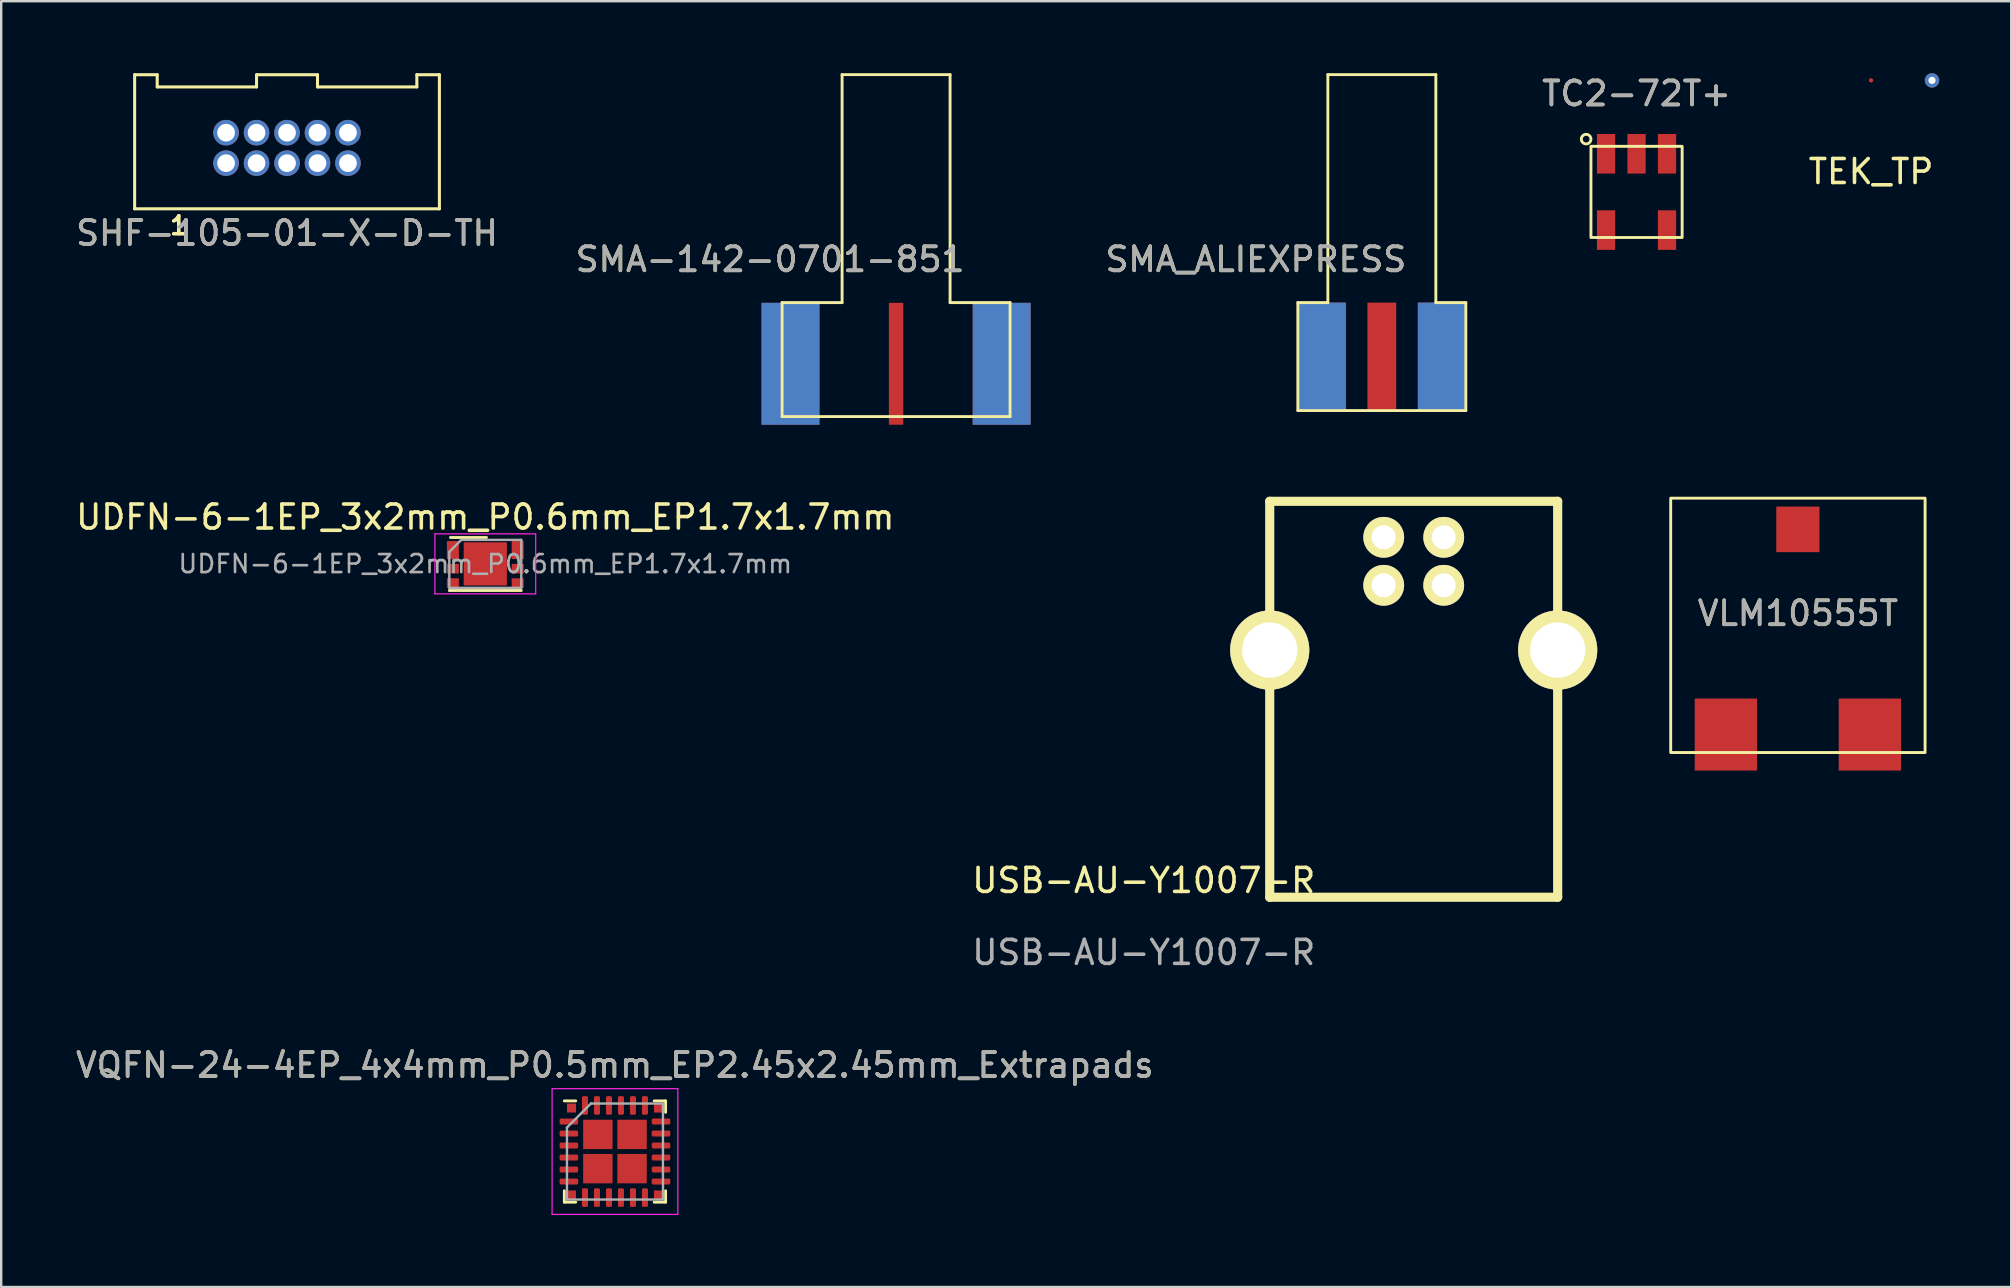
<source format=kicad_pcb>
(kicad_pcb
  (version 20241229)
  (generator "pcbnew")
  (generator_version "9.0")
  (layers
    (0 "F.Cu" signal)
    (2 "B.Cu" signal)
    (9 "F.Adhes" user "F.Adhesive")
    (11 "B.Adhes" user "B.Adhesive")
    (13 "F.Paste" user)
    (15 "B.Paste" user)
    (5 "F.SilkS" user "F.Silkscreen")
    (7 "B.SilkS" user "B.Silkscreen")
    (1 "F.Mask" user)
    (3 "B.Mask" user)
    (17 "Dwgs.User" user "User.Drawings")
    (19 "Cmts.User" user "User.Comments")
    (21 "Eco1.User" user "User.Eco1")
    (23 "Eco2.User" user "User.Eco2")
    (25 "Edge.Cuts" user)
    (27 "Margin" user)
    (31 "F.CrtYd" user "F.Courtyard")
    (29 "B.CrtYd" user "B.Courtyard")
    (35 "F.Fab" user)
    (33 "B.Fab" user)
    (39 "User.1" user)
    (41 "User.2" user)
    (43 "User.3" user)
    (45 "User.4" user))
  (footprint "TEK_TP"
    (layer "F.Cu")
    (at 74.922 0.3)
    (property "Reference" "TEK_TP" (at 0 3.8 0) (unlocked yes) (layer "F.SilkS") (effects (font (size 1 1) (thickness 0.15))))
    (attr through_hole)
    (pad "1" smd circle (at 0 0) (size 0.18 0.18) (layers "F.Cu" "F.Mask" "F.Paste"))
    (pad "2" thru_hole circle (at 2.54 0) (size 0.6 0.6) (drill 0.3) (layers "*.Cu" "*.Mask")))
  (footprint "VLM10555T"
    (layer "F.Cu")
    (at 71.873 23.01)
    (property "Reference" "VLM10555T" (at 0 -0.5 0) (unlocked yes) (layer "F.SilkS") (effects (font (size 1 1) (thickness 0.15))))
    (attr smd)
    (fp_rect (start -5.3 -5.3) (end 5.3 5.3) (stroke (width 0.12) (type solid)) (fill no) (layer "F.SilkS"))
    (fp_text user "${REFERENCE}" (at 0 -0.5 0) (unlocked yes) (layer "F.Fab") (effects (font (size 1 1) (thickness 0.15))))
    (pad "1" smd rect (at -3 4.55) (size 2.6 3) (layers "F.Cu" "F.Mask" "F.Paste"))
    (pad "2" smd rect (at 3 4.55) (size 2.6 3) (layers "F.Cu" "F.Mask" "F.Paste"))
    (pad "3" smd rect (at 0 -4) (size 1.8 1.9) (layers "F.Cu" "F.Mask" "F.Paste")))
  (footprint "USB-AU-Y1007-R"
    (layer "F.Cu")
    (at 55.863 24.041)
    (property "Reference" "USB-AU-Y1007-R" (at -11.25 9.6 0) (unlocked yes) (layer "F.SilkS") (effects (font (size 1 1) (thickness 0.15))))
    (attr through_hole)
    (fp_line (start -6 -6.2) (end 5.999 -6.2) (stroke (width 0.381) (type solid)) (layer "F.SilkS"))
    (fp_line (start -6 0) (end -6 -6.2) (stroke (width 0.381) (type solid)) (layer "F.SilkS"))
    (fp_line (start -6 10.3) (end -6 0) (stroke (width 0.381) (type solid)) (layer "F.SilkS"))
    (fp_line (start 5.999 -6.2) (end 5.999 0) (stroke (width 0.381) (type solid)) (layer "F.SilkS"))
    (fp_line (start 5.999 0) (end 5.999 10.3) (stroke (width 0.381) (type solid)) (layer "F.SilkS"))
    (fp_line (start 5.999 10.3) (end -6 10.3) (stroke (width 0.381) (type solid)) (layer "F.SilkS"))
    (fp_text user "${REFERENCE}" (at -11.25 12.6 0) (unlocked yes) (layer "F.Fab") (effects (font (size 1 1) (thickness 0.15))))
    (pad "1" thru_hole circle (at 1.25 -4.7) (size 1.7 1.7) (drill 1) (layers "*.Cu" "*.Mask" "F.SilkS"))
    (pad "2" thru_hole circle (at -1.25 -4.7) (size 1.7 1.7) (drill 1) (layers "*.Cu" "*.Mask" "F.SilkS"))
    (pad "3" thru_hole circle (at -1.25 -2.7) (size 1.7 1.7) (drill 1) (layers "*.Cu" "*.Mask" "F.SilkS"))
    (pad "4" thru_hole circle (at 1.25 -2.7) (size 1.7 1.7) (drill 1) (layers "*.Cu" "*.Mask" "F.SilkS"))
    (pad "5" thru_hole circle (at -6 0) (size 3.3 3.3) (drill 2.3) (layers "*.Cu" "*.Mask" "F.SilkS"))
    (pad "5" thru_hole circle (at 6 0) (size 3.3 3.3) (drill 2.3) (layers "*.Cu" "*.Mask" "F.SilkS")))
  (footprint "UDFN-6-1EP_3x2mm_P0.6mm_EP1.7x1.7mm"
    (layer "F.Cu")
    (at 17.173 20.448)
    (property "Reference" "UDFN-6-1EP_3x2mm_P0.6mm_EP1.7x1.7mm" (at 0 -1.95 0) (layer "F.SilkS") (effects (font (size 1 1) (thickness 0.15))))
    (attr smd)
    (fp_line (start -1.5 1.11) (end 1.5 1.11) (stroke (width 0.12) (type solid)) (layer "F.SilkS"))
    (fp_line (start -1.45 -1.1) (end 0.05 -1.1) (stroke (width 0.12) (type solid)) (layer "F.SilkS"))
    (fp_line (start -2.1 -1.25) (end -2.1 1.25) (stroke (width 0.05) (type solid)) (layer "F.CrtYd"))
    (fp_line (start -2.1 1.25) (end 2.1 1.25) (stroke (width 0.05) (type solid)) (layer "F.CrtYd"))
    (fp_line (start 2.1 -1.25) (end -2.1 -1.25) (stroke (width 0.05) (type solid)) (layer "F.CrtYd"))
    (fp_line (start 2.1 1.25) (end 2.1 -1.25) (stroke (width 0.05) (type solid)) (layer "F.CrtYd"))
    (fp_line (start -1.5 -0.5) (end -1 -1) (stroke (width 0.1) (type solid)) (layer "F.Fab"))
    (fp_line (start -1.5 1) (end -1.5 -0.5) (stroke (width 0.1) (type solid)) (layer "F.Fab"))
    (fp_line (start -1 -1) (end 1.5 -1) (stroke (width 0.1) (type solid)) (layer "F.Fab"))
    (fp_line (start 1.5 -1) (end 1.5 1) (stroke (width 0.1) (type solid)) (layer "F.Fab"))
    (fp_line (start 1.5 1) (end -1.5 1) (stroke (width 0.1) (type solid)) (layer "F.Fab"))
    (fp_text user "${REFERENCE}" (at 0 0 0) (layer "F.Fab") (effects (font (size 0.75 0.75) (thickness 0.11))))
    (pad "" smd roundrect (at -0.425 -0.35) (size 0.69 0.56) (layers "F.Paste") (roundrect_rratio 0.25))
    (pad "" smd roundrect (at -0.425 0.35) (size 0.69 0.56) (layers "F.Paste") (roundrect_rratio 0.25))
    (pad "" smd roundrect (at 0.425 -0.35) (size 0.69 0.56) (layers "F.Paste") (roundrect_rratio 0.25))
    (pad "" smd roundrect (at 0.425 0.35) (size 0.69 0.56) (layers "F.Paste") (roundrect_rratio 0.25))
    (pad "1" smd rect (at -1.35 -0.575) (size 0.5 0.75) (layers "F.Cu" "F.Mask" "F.Paste"))
    (pad "2" smd rect (at -1.35 0.2) (size 0.5 0.4) (layers "F.Cu" "F.Mask" "F.Paste"))
    (pad "3" smd rect (at -1.35 0.8) (size 0.5 0.4) (layers "F.Cu" "F.Mask" "F.Paste"))
    (pad "4" smd rect (at 1.35 0.8) (size 0.5 0.4) (layers "F.Cu" "F.Mask" "F.Paste"))
    (pad "5" smd rect (at 1.35 0.2) (size 0.5 0.4) (layers "F.Cu" "F.Mask" "F.Paste"))
    (pad "6" smd rect (at 1.35 -0.575) (size 0.5 0.75) (layers "F.Cu" "F.Mask" "F.Paste"))
    (pad "7" smd rect (at 0 0) (size 1.8 1.8) (layers "F.Cu" "F.Mask")))
  (footprint "SHF-105-01-X-D-TH"
    (layer "F.Cu")
    (at 8.911 3.114)
    (property "Reference" "SHF-105-01-X-D-TH" (at 0 3.55 0) (unlocked yes) (layer "F.SilkS") (effects (font (size 1 1) (thickness 0.15))))
    (attr through_hole)
    (fp_line (start -6.35 -3.05) (end -5.41 -3.05) (stroke (width 0.127) (type solid)) (layer "F.SilkS"))
    (fp_line (start -6.35 2.538) (end -6.35 -3.05) (stroke (width 0.127) (type solid)) (layer "F.SilkS"))
    (fp_line (start -5.41 -3.05) (end -5.41 -2.542) (stroke (width 0.127) (type solid)) (layer "F.SilkS"))
    (fp_line (start -5.41 -2.542) (end -1.27 -2.542) (stroke (width 0.127) (type solid)) (layer "F.SilkS"))
    (fp_line (start -1.27 -3.05) (end 1.27 -3.05) (stroke (width 0.127) (type solid)) (layer "F.SilkS"))
    (fp_line (start -1.27 -2.542) (end -1.27 -3.05) (stroke (width 0.127) (type solid)) (layer "F.SilkS"))
    (fp_line (start 1.27 -3.05) (end 1.27 -2.542) (stroke (width 0.127) (type solid)) (layer "F.SilkS"))
    (fp_line (start 1.27 -2.542) (end 5.41 -2.542) (stroke (width 0.127) (type solid)) (layer "F.SilkS"))
    (fp_line (start 5.41 -3.05) (end 6.35 -3.05) (stroke (width 0.127) (type solid)) (layer "F.SilkS"))
    (fp_line (start 5.41 -2.542) (end 5.41 -3.05) (stroke (width 0.127) (type solid)) (layer "F.SilkS"))
    (fp_line (start 6.35 -3.05) (end 6.35 2.538) (stroke (width 0.127) (type solid)) (layer "F.SilkS"))
    (fp_line (start 6.35 2.538) (end -6.35 2.538) (stroke (width 0.127) (type solid)) (layer "F.SilkS"))
    (fp_text user "1" (at -4.51 3.238 0) (layer "F.SilkS") (effects (font (size 0.75 0.75) (thickness 0.15))))
    (fp_text user "${REFERENCE}" (at 0 3.55 0) (unlocked yes) (layer "F.Fab") (effects (font (size 1 1) (thickness 0.15))))
    (pad "1" thru_hole circle (at -2.54 0.635) (size 1.067 1.067) (drill 0.737) (layers "*.Cu" "*.Mask"))
    (pad "2" thru_hole circle (at -2.54 -0.635) (size 1.067 1.067) (drill 0.737) (layers "*.Cu" "*.Mask"))
    (pad "3" thru_hole circle (at -1.27 0.635) (size 1.067 1.067) (drill 0.737) (layers "*.Cu" "*.Mask"))
    (pad "4" thru_hole circle (at -1.27 -0.635) (size 1.067 1.067) (drill 0.737) (layers "*.Cu" "*.Mask"))
    (pad "5" thru_hole circle (at 0 0.635) (size 1.067 1.067) (drill 0.737) (layers "*.Cu" "*.Mask"))
    (pad "6" thru_hole circle (at 0 -0.635) (size 1.067 1.067) (drill 0.737) (layers "*.Cu" "*.Mask"))
    (pad "7" thru_hole circle (at 1.27 0.635) (size 1.067 1.067) (drill 0.737) (layers "*.Cu" "*.Mask"))
    (pad "8" thru_hole circle (at 1.27 -0.635) (size 1.067 1.067) (drill 0.737) (layers "*.Cu" "*.Mask"))
    (pad "9" thru_hole circle (at 2.54 0.635) (size 1.067 1.067) (drill 0.737) (layers "*.Cu" "*.Mask"))
    (pad "10" thru_hole circle (at 2.54 -0.635) (size 1.067 1.067) (drill 0.737) (layers "*.Cu" "*.Mask")))
  (footprint "VQFN-24-4EP_4x4mm_P0.5mm_EP2.45x2.45mm_Extrapads"
    (layer "F.Cu")
    (at 22.577 44.937)
    (property "Reference" "VQFN-24-4EP_4x4mm_P0.5mm_EP2.45x2.45mm_Extrapads" (at 0 -3.6 0) (layer "F.SilkS") (effects (font (size 1 1) (thickness 0.15))))
    (attr smd)
    (fp_line (start -2.11 2.11) (end -2.11 1.635) (stroke (width 0.12) (type solid)) (layer "F.SilkS"))
    (fp_line (start -1.635 -2.11) (end -2.11 -2.11) (stroke (width 0.12) (type solid)) (layer "F.SilkS"))
    (fp_line (start -1.635 2.11) (end -2.11 2.11) (stroke (width 0.12) (type solid)) (layer "F.SilkS"))
    (fp_line (start 1.635 -2.11) (end 2.11 -2.11) (stroke (width 0.12) (type solid)) (layer "F.SilkS"))
    (fp_line (start 1.635 2.11) (end 2.11 2.11) (stroke (width 0.12) (type solid)) (layer "F.SilkS"))
    (fp_line (start 2.11 -2.11) (end 2.11 -1.635) (stroke (width 0.12) (type solid)) (layer "F.SilkS"))
    (fp_line (start 2.11 2.11) (end 2.11 1.635) (stroke (width 0.12) (type solid)) (layer "F.SilkS"))
    (fp_line (start -2.62 -2.62) (end -2.62 2.62) (stroke (width 0.05) (type solid)) (layer "F.CrtYd"))
    (fp_line (start -2.62 2.62) (end 2.62 2.62) (stroke (width 0.05) (type solid)) (layer "F.CrtYd"))
    (fp_line (start 2.62 -2.62) (end -2.62 -2.62) (stroke (width 0.05) (type solid)) (layer "F.CrtYd"))
    (fp_line (start 2.62 2.62) (end 2.62 -2.62) (stroke (width 0.05) (type solid)) (layer "F.CrtYd"))
    (fp_line (start -2 -1) (end -1 -2) (stroke (width 0.1) (type solid)) (layer "F.Fab"))
    (fp_line (start -2 2) (end -2 -1) (stroke (width 0.1) (type solid)) (layer "F.Fab"))
    (fp_line (start -1 -2) (end 2 -2) (stroke (width 0.1) (type solid)) (layer "F.Fab"))
    (fp_line (start 2 -2) (end 2 2) (stroke (width 0.1) (type solid)) (layer "F.Fab"))
    (fp_line (start 2 2) (end -2 2) (stroke (width 0.1) (type solid)) (layer "F.Fab"))
    (fp_text user "${REFERENCE}" (at 0 -3.6 0) (layer "F.Fab") (effects (font (size 1 1) (thickness 0.15))))
    (pad "1" smd roundrect (at -1.92 -1.25) (size 0.775 0.25) (layers "F.Cu" "F.Mask" "F.Paste") (roundrect_rratio 0.25))
    (pad "2" smd roundrect (at -1.92 -0.75) (size 0.775 0.25) (layers "F.Cu" "F.Mask" "F.Paste") (roundrect_rratio 0.25))
    (pad "3" smd roundrect (at -1.92 -0.25) (size 0.775 0.25) (layers "F.Cu" "F.Mask" "F.Paste") (roundrect_rratio 0.25))
    (pad "4" smd roundrect (at -1.92 0.25) (size 0.775 0.25) (layers "F.Cu" "F.Mask" "F.Paste") (roundrect_rratio 0.25))
    (pad "5" smd roundrect (at -1.92 0.75) (size 0.775 0.25) (layers "F.Cu" "F.Mask" "F.Paste") (roundrect_rratio 0.25))
    (pad "6" smd roundrect (at -1.92 1.25) (size 0.775 0.25) (layers "F.Cu" "F.Mask" "F.Paste") (roundrect_rratio 0.25))
    (pad "7" smd roundrect (at -1.25 1.92) (size 0.25 0.775) (layers "F.Cu" "F.Mask" "F.Paste") (roundrect_rratio 0.25))
    (pad "8" smd roundrect (at -0.75 1.92) (size 0.25 0.775) (layers "F.Cu" "F.Mask" "F.Paste") (roundrect_rratio 0.25))
    (pad "9" smd roundrect (at -0.25 1.92) (size 0.25 0.775) (layers "F.Cu" "F.Mask" "F.Paste") (roundrect_rratio 0.25))
    (pad "10" smd roundrect (at 0.25 1.92) (size 0.25 0.775) (layers "F.Cu" "F.Mask" "F.Paste") (roundrect_rratio 0.25))
    (pad "11" smd roundrect (at 0.75 1.92) (size 0.25 0.775) (layers "F.Cu" "F.Mask" "F.Paste") (roundrect_rratio 0.25))
    (pad "12" smd roundrect (at 1.25 1.92) (size 0.25 0.775) (layers "F.Cu" "F.Mask" "F.Paste") (roundrect_rratio 0.25))
    (pad "13" smd roundrect (at 1.92 1.25) (size 0.775 0.25) (layers "F.Cu" "F.Mask" "F.Paste") (roundrect_rratio 0.25))
    (pad "14" smd roundrect (at 1.92 0.75) (size 0.775 0.25) (layers "F.Cu" "F.Mask" "F.Paste") (roundrect_rratio 0.25))
    (pad "15" smd roundrect (at 1.92 0.25) (size 0.775 0.25) (layers "F.Cu" "F.Mask" "F.Paste") (roundrect_rratio 0.25))
    (pad "16" smd roundrect (at 1.92 -0.25) (size 0.775 0.25) (layers "F.Cu" "F.Mask" "F.Paste") (roundrect_rratio 0.25))
    (pad "17" smd roundrect (at 1.92 -0.75) (size 0.775 0.25) (layers "F.Cu" "F.Mask" "F.Paste") (roundrect_rratio 0.25))
    (pad "18" smd roundrect (at 1.92 -1.25) (size 0.775 0.25) (layers "F.Cu" "F.Mask" "F.Paste") (roundrect_rratio 0.25))
    (pad "19" smd roundrect (at 1.25 -1.92) (size 0.25 0.775) (layers "F.Cu" "F.Mask" "F.Paste") (roundrect_rratio 0.25))
    (pad "20" smd roundrect (at 0.75 -1.92) (size 0.25 0.775) (layers "F.Cu" "F.Mask" "F.Paste") (roundrect_rratio 0.25))
    (pad "21" smd roundrect (at 0.25 -1.92) (size 0.25 0.775) (layers "F.Cu" "F.Mask" "F.Paste") (roundrect_rratio 0.25))
    (pad "22" smd roundrect (at -0.25 -1.92) (size 0.25 0.775) (layers "F.Cu" "F.Mask" "F.Paste") (roundrect_rratio 0.25))
    (pad "23" smd roundrect (at -0.75 -1.92) (size 0.25 0.775) (layers "F.Cu" "F.Mask" "F.Paste") (roundrect_rratio 0.25))
    (pad "24" smd roundrect (at -1.25 -1.92) (size 0.25 0.775) (layers "F.Cu" "F.Mask" "F.Paste") (roundrect_rratio 0.25))
    (pad "25" smd rect (at -0.713 -0.713) (size 1.225 1.225) (layers "F.Cu" "F.Mask" "F.Paste"))
    (pad "26" smd rect (at 0.713 -0.713) (size 1.225 1.225) (layers "F.Cu" "F.Mask" "F.Paste"))
    (pad "27" smd rect (at 0.713 0.713) (size 1.225 1.225) (layers "F.Cu" "F.Mask" "F.Paste"))
    (pad "28" smd rect (at -0.713 0.713) (size 1.225 1.225) (layers "F.Cu" "F.Mask" "F.Paste"))
    (pad "29" smd rect (at -1.812 -1.812) (size 0.375 0.375) (layers "F.Cu" "F.Mask" "F.Paste"))
    (pad "30" smd rect (at -1.812 1.812) (size 0.375 0.375) (layers "F.Cu" "F.Mask" "F.Paste"))
    (pad "31" smd rect (at 1.812 1.812) (size 0.375 0.375) (layers "F.Cu" "F.Mask" "F.Paste"))
    (pad "32" smd rect (at 1.812 -1.812) (size 0.375 0.375) (layers "F.Cu" "F.Mask" "F.Paste")))
  (footprint "SMA-142-0701-851"
    (layer "F.Cu")
    (at 34.292 9.56)
    (property "Reference" "SMA-142-0701-851" (at -5.25 -1.8 0) (unlocked yes) (layer "F.SilkS") (effects (font (size 1 1) (thickness 0.15))))
    (attr smd)
    (fp_line (start -4.75 0) (end -4.75 4.75) (stroke (width 0.12) (type solid)) (layer "F.SilkS"))
    (fp_line (start -4.75 4.75) (end 4.75 4.75) (stroke (width 0.12) (type solid)) (layer "F.SilkS"))
    (fp_line (start -2.25 -9.5) (end -2.25 0) (stroke (width 0.12) (type solid)) (layer "F.SilkS"))
    (fp_line (start -2.25 0) (end -4.75 0) (stroke (width 0.12) (type solid)) (layer "F.SilkS"))
    (fp_line (start 2.25 -9.5) (end -2.25 -9.5) (stroke (width 0.12) (type solid)) (layer "F.SilkS"))
    (fp_line (start 2.25 0) (end 2.25 -9.5) (stroke (width 0.12) (type solid)) (layer "F.SilkS"))
    (fp_line (start 4.75 0) (end 2.25 0) (stroke (width 0.12) (type solid)) (layer "F.SilkS"))
    (fp_line (start 4.75 4.75) (end 4.75 0) (stroke (width 0.12) (type solid)) (layer "F.SilkS"))
    (fp_text user "${REFERENCE}" (at -5.25 -1.8 0) (unlocked yes) (layer "F.Fab") (effects (font (size 1 1) (thickness 0.15))))
    (pad "1" smd rect (at 0 2.55) (size 0.6 5.08) (layers "F.Cu" "F.Mask" "F.Paste"))
    (pad "2" smd rect (at -4.4 2.55) (size 2.413 5.08) (layers "F.Cu" "F.Mask" "F.Paste"))
    (pad "2" smd rect (at -4.4 2.55) (size 2.413 5.08) (layers "F.Mask" "B.Cu" "F.Paste"))
    (pad "2" smd rect (at 4.4 2.55) (size 2.413 5.08) (layers "F.Cu" "F.Mask" "F.Paste"))
    (pad "2" smd rect (at 4.4 2.55) (size 2.413 5.08) (layers "F.Mask" "B.Cu" "F.Paste")))
  (footprint "SMA_ALIEXPRESS"
    (layer "F.Cu")
    (at 54.535 9.56)
    (property "Reference" "SMA_ALIEXPRESS" (at -5.25 -1.8 0) (unlocked yes) (layer "F.SilkS") (effects (font (size 1 1) (thickness 0.15))))
    (attr smd)
    (fp_line (start -3.5 0) (end -3.5 4.5) (stroke (width 0.12) (type solid)) (layer "F.SilkS"))
    (fp_line (start -3.5 4.5) (end 3.5 4.5) (stroke (width 0.12) (type solid)) (layer "F.SilkS"))
    (fp_line (start -2.25 -9.5) (end -2.25 0) (stroke (width 0.12) (type solid)) (layer "F.SilkS"))
    (fp_line (start -2.25 0) (end -3.5 0) (stroke (width 0.12) (type solid)) (layer "F.SilkS"))
    (fp_line (start 2.25 -9.5) (end -2.25 -9.5) (stroke (width 0.12) (type solid)) (layer "F.SilkS"))
    (fp_line (start 2.25 0) (end 2.25 -9.5) (stroke (width 0.12) (type solid)) (layer "F.SilkS"))
    (fp_line (start 3.5 0) (end 2.25 0) (stroke (width 0.12) (type solid)) (layer "F.SilkS"))
    (fp_line (start 3.5 4.5) (end 3.5 0) (stroke (width 0.12) (type solid)) (layer "F.SilkS"))
    (fp_text user "${REFERENCE}" (at -5.25 -1.8 0) (unlocked yes) (layer "F.Fab") (effects (font (size 1 1) (thickness 0.15))))
    (pad "1" smd rect (at 0 2.25) (size 1.2 4.5) (layers "F.Cu" "F.Mask" "F.Paste"))
    (pad "2" smd rect (at -2.5 2.25) (size 2 4.5) (layers "F.Cu" "F.Mask" "F.Paste"))
    (pad "2" smd rect (at -2.5 2.25) (size 2 4.5) (layers "B.Cu" "B.Mask" "B.Paste"))
    (pad "2" smd rect (at 2.5 2.25) (size 2 4.5) (layers "F.Cu" "F.Mask" "F.Paste"))
    (pad "2" smd rect (at 2.5 2.25) (size 2 4.5) (layers "B.Cu" "B.Mask" "B.Paste")))
  (footprint "TC2-72T+"
    (layer "F.Cu")
    (at 65.149 4.948)
    (property "Reference" "TC2-72T+" (at 0 -4.1 0) (unlocked yes) (layer "F.SilkS") (effects (font (size 1 1) (thickness 0.15))))
    (attr smd)
    (fp_rect (start -1.9 -1.9) (end 1.9 1.9) (stroke (width 0.12) (type solid)) (fill no) (layer "F.SilkS"))
    (fp_circle (center -2.1 -2.2) (end -2.1 -2) (stroke (width 0.12) (type solid)) (fill no) (layer "F.SilkS"))
    (fp_text user "${REFERENCE}" (at 0 -4.1 0) (unlocked yes) (layer "F.Fab") (effects (font (size 1 1) (thickness 0.15))))
    (pad "1" smd rect (at -1.27 -1.59) (size 0.76 1.65) (layers "F.Cu" "F.Mask" "F.Paste"))
    (pad "2" smd rect (at 0 -1.59) (size 0.76 1.65) (layers "F.Cu" "F.Mask" "F.Paste"))
    (pad "3" smd rect (at 1.27 -1.59) (size 0.76 1.65) (layers "F.Cu" "F.Mask" "F.Paste"))
    (pad "4" smd rect (at 1.27 1.59) (size 0.76 1.65) (layers "F.Cu" "F.Mask" "F.Paste"))
    (pad "6" smd rect (at -1.27 1.59) (size 0.76 1.65) (layers "F.Cu" "F.Mask" "F.Paste")))
  (gr_rect
    (start -3 -3)
    (end 80.762 50.582)
    (stroke (width 0.1) (type default))
    (fill no)
    (layer "Edge.Cuts")))
</source>
